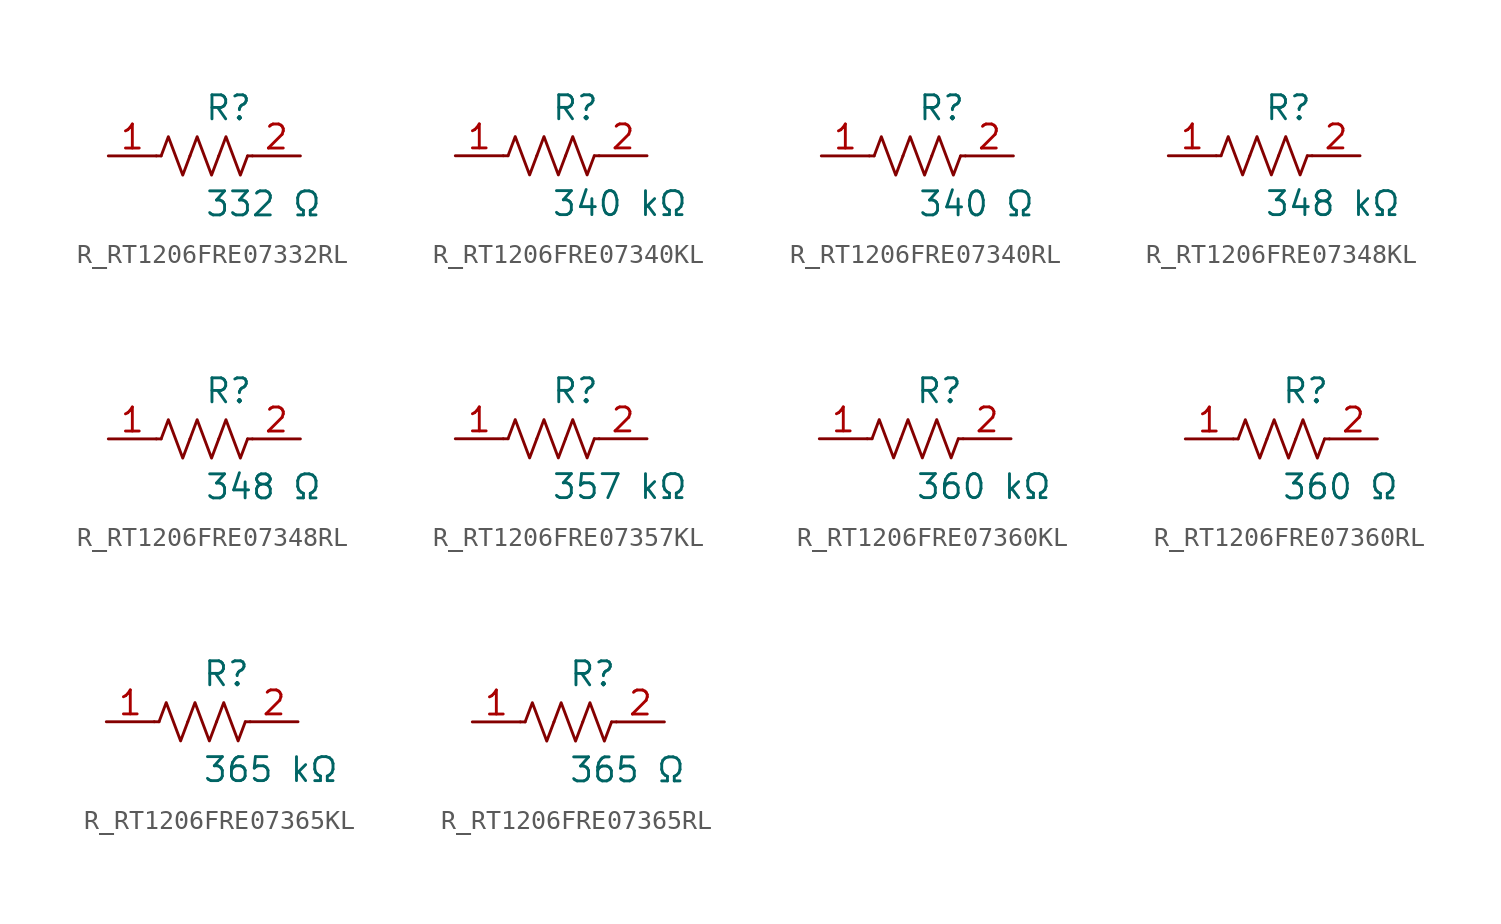
<source format=kicad_sym>
(kicad_symbol_lib
  (version 20231120)
  (generator kicad_symbol_editor)
  (generator_version 8.0)
  (symbol "R_RT1206FRE07332RL"
    (pin_names
      (offset 0.254))
    (property "Reference" "R"
      (at 0 2.54 0)
      (effects (font (size 1.27 1.27)) (justify left)))
    (property "Value" "332 Ω"
      (at 0 -2.54 0)
      (effects (font (size 1.27 1.27)) (justify left)))
    (symbol "R_RT1206FRE07332RL_0_1"
      (polyline (pts (xy 2.286 0) (xy 2.54 0)) (stroke (width 0) (type default)) (fill (type none)))
      (polyline (pts (xy -2.286 0) (xy -2.54 0)) (stroke (width 0) (type default)) (fill (type none)))
      (polyline (pts (xy 0.762 0) (xy 1.143 1.016) (xy 1.524 0) (xy 1.905 -1.016) (xy 2.286 0)) (stroke (width 0) (type default)) (fill (type none)))
      (polyline (pts (xy -0.762 0) (xy -0.381 1.016) (xy 0 0) (xy 0.381 -1.016) (xy 0.762 0)) (stroke (width 0) (type default)) (fill (type none)))
      (polyline (pts (xy -2.286 0) (xy -1.905 1.016) (xy -1.524 0) (xy -1.143 -1.016) (xy -0.762 0)) (stroke (width 0) (type default)) (fill (type none))))
    (pin unspecified line
      (at -5.08 0 0)
      (length 2.54)
      (name "" (effects (font (size 1.27 1.27))))
      (number "1" (effects (font (size 1.27 1.27)))))
    (pin unspecified line
      (at 5.08 0 180)
      (length 2.54)
      (name "" (effects (font (size 1.27 1.27))))
      (number "2" (effects (font (size 1.27 1.27))))))
  (symbol "R_RT1206FRE07340KL"
    (pin_names
      (offset 0.254))
    (property "Reference" "R"
      (at 0 2.54 0)
      (effects (font (size 1.27 1.27)) (justify left)))
    (property "Value" "340 kΩ"
      (at 0 -2.54 0)
      (effects (font (size 1.27 1.27)) (justify left)))
    (symbol "R_RT1206FRE07340KL_0_1"
      (polyline (pts (xy 2.286 0) (xy 2.54 0)) (stroke (width 0) (type default)) (fill (type none)))
      (polyline (pts (xy -2.286 0) (xy -2.54 0)) (stroke (width 0) (type default)) (fill (type none)))
      (polyline (pts (xy 0.762 0) (xy 1.143 1.016) (xy 1.524 0) (xy 1.905 -1.016) (xy 2.286 0)) (stroke (width 0) (type default)) (fill (type none)))
      (polyline (pts (xy -0.762 0) (xy -0.381 1.016) (xy 0 0) (xy 0.381 -1.016) (xy 0.762 0)) (stroke (width 0) (type default)) (fill (type none)))
      (polyline (pts (xy -2.286 0) (xy -1.905 1.016) (xy -1.524 0) (xy -1.143 -1.016) (xy -0.762 0)) (stroke (width 0) (type default)) (fill (type none))))
    (pin unspecified line
      (at -5.08 0 0)
      (length 2.54)
      (name "" (effects (font (size 1.27 1.27))))
      (number "1" (effects (font (size 1.27 1.27)))))
    (pin unspecified line
      (at 5.08 0 180)
      (length 2.54)
      (name "" (effects (font (size 1.27 1.27))))
      (number "2" (effects (font (size 1.27 1.27))))))
  (symbol "R_RT1206FRE07340RL"
    (pin_names
      (offset 0.254))
    (property "Reference" "R"
      (at 0 2.54 0)
      (effects (font (size 1.27 1.27)) (justify left)))
    (property "Value" "340 Ω"
      (at 0 -2.54 0)
      (effects (font (size 1.27 1.27)) (justify left)))
    (symbol "R_RT1206FRE07340RL_0_1"
      (polyline (pts (xy 2.286 0) (xy 2.54 0)) (stroke (width 0) (type default)) (fill (type none)))
      (polyline (pts (xy -2.286 0) (xy -2.54 0)) (stroke (width 0) (type default)) (fill (type none)))
      (polyline (pts (xy 0.762 0) (xy 1.143 1.016) (xy 1.524 0) (xy 1.905 -1.016) (xy 2.286 0)) (stroke (width 0) (type default)) (fill (type none)))
      (polyline (pts (xy -0.762 0) (xy -0.381 1.016) (xy 0 0) (xy 0.381 -1.016) (xy 0.762 0)) (stroke (width 0) (type default)) (fill (type none)))
      (polyline (pts (xy -2.286 0) (xy -1.905 1.016) (xy -1.524 0) (xy -1.143 -1.016) (xy -0.762 0)) (stroke (width 0) (type default)) (fill (type none))))
    (pin unspecified line
      (at -5.08 0 0)
      (length 2.54)
      (name "" (effects (font (size 1.27 1.27))))
      (number "1" (effects (font (size 1.27 1.27)))))
    (pin unspecified line
      (at 5.08 0 180)
      (length 2.54)
      (name "" (effects (font (size 1.27 1.27))))
      (number "2" (effects (font (size 1.27 1.27))))))
  (symbol "R_RT1206FRE07348KL"
    (pin_names
      (offset 0.254))
    (property "Reference" "R"
      (at 0 2.54 0)
      (effects (font (size 1.27 1.27)) (justify left)))
    (property "Value" "348 kΩ"
      (at 0 -2.54 0)
      (effects (font (size 1.27 1.27)) (justify left)))
    (symbol "R_RT1206FRE07348KL_0_1"
      (polyline (pts (xy 2.286 0) (xy 2.54 0)) (stroke (width 0) (type default)) (fill (type none)))
      (polyline (pts (xy -2.286 0) (xy -2.54 0)) (stroke (width 0) (type default)) (fill (type none)))
      (polyline (pts (xy 0.762 0) (xy 1.143 1.016) (xy 1.524 0) (xy 1.905 -1.016) (xy 2.286 0)) (stroke (width 0) (type default)) (fill (type none)))
      (polyline (pts (xy -0.762 0) (xy -0.381 1.016) (xy 0 0) (xy 0.381 -1.016) (xy 0.762 0)) (stroke (width 0) (type default)) (fill (type none)))
      (polyline (pts (xy -2.286 0) (xy -1.905 1.016) (xy -1.524 0) (xy -1.143 -1.016) (xy -0.762 0)) (stroke (width 0) (type default)) (fill (type none))))
    (pin unspecified line
      (at -5.08 0 0)
      (length 2.54)
      (name "" (effects (font (size 1.27 1.27))))
      (number "1" (effects (font (size 1.27 1.27)))))
    (pin unspecified line
      (at 5.08 0 180)
      (length 2.54)
      (name "" (effects (font (size 1.27 1.27))))
      (number "2" (effects (font (size 1.27 1.27))))))
  (symbol "R_RT1206FRE07348RL"
    (pin_names
      (offset 0.254))
    (property "Reference" "R"
      (at 0 2.54 0)
      (effects (font (size 1.27 1.27)) (justify left)))
    (property "Value" "348 Ω"
      (at 0 -2.54 0)
      (effects (font (size 1.27 1.27)) (justify left)))
    (symbol "R_RT1206FRE07348RL_0_1"
      (polyline (pts (xy 2.286 0) (xy 2.54 0)) (stroke (width 0) (type default)) (fill (type none)))
      (polyline (pts (xy -2.286 0) (xy -2.54 0)) (stroke (width 0) (type default)) (fill (type none)))
      (polyline (pts (xy 0.762 0) (xy 1.143 1.016) (xy 1.524 0) (xy 1.905 -1.016) (xy 2.286 0)) (stroke (width 0) (type default)) (fill (type none)))
      (polyline (pts (xy -0.762 0) (xy -0.381 1.016) (xy 0 0) (xy 0.381 -1.016) (xy 0.762 0)) (stroke (width 0) (type default)) (fill (type none)))
      (polyline (pts (xy -2.286 0) (xy -1.905 1.016) (xy -1.524 0) (xy -1.143 -1.016) (xy -0.762 0)) (stroke (width 0) (type default)) (fill (type none))))
    (pin unspecified line
      (at -5.08 0 0)
      (length 2.54)
      (name "" (effects (font (size 1.27 1.27))))
      (number "1" (effects (font (size 1.27 1.27)))))
    (pin unspecified line
      (at 5.08 0 180)
      (length 2.54)
      (name "" (effects (font (size 1.27 1.27))))
      (number "2" (effects (font (size 1.27 1.27))))))
  (symbol "R_RT1206FRE07357KL"
    (pin_names
      (offset 0.254))
    (property "Reference" "R"
      (at 0 2.54 0)
      (effects (font (size 1.27 1.27)) (justify left)))
    (property "Value" "357 kΩ"
      (at 0 -2.54 0)
      (effects (font (size 1.27 1.27)) (justify left)))
    (symbol "R_RT1206FRE07357KL_0_1"
      (polyline (pts (xy 2.286 0) (xy 2.54 0)) (stroke (width 0) (type default)) (fill (type none)))
      (polyline (pts (xy -2.286 0) (xy -2.54 0)) (stroke (width 0) (type default)) (fill (type none)))
      (polyline (pts (xy 0.762 0) (xy 1.143 1.016) (xy 1.524 0) (xy 1.905 -1.016) (xy 2.286 0)) (stroke (width 0) (type default)) (fill (type none)))
      (polyline (pts (xy -0.762 0) (xy -0.381 1.016) (xy 0 0) (xy 0.381 -1.016) (xy 0.762 0)) (stroke (width 0) (type default)) (fill (type none)))
      (polyline (pts (xy -2.286 0) (xy -1.905 1.016) (xy -1.524 0) (xy -1.143 -1.016) (xy -0.762 0)) (stroke (width 0) (type default)) (fill (type none))))
    (pin unspecified line
      (at -5.08 0 0)
      (length 2.54)
      (name "" (effects (font (size 1.27 1.27))))
      (number "1" (effects (font (size 1.27 1.27)))))
    (pin unspecified line
      (at 5.08 0 180)
      (length 2.54)
      (name "" (effects (font (size 1.27 1.27))))
      (number "2" (effects (font (size 1.27 1.27))))))
  (symbol "R_RT1206FRE07360KL"
    (pin_names
      (offset 0.254))
    (property "Reference" "R"
      (at 0 2.54 0)
      (effects (font (size 1.27 1.27)) (justify left)))
    (property "Value" "360 kΩ"
      (at 0 -2.54 0)
      (effects (font (size 1.27 1.27)) (justify left)))
    (symbol "R_RT1206FRE07360KL_0_1"
      (polyline (pts (xy 2.286 0) (xy 2.54 0)) (stroke (width 0) (type default)) (fill (type none)))
      (polyline (pts (xy -2.286 0) (xy -2.54 0)) (stroke (width 0) (type default)) (fill (type none)))
      (polyline (pts (xy 0.762 0) (xy 1.143 1.016) (xy 1.524 0) (xy 1.905 -1.016) (xy 2.286 0)) (stroke (width 0) (type default)) (fill (type none)))
      (polyline (pts (xy -0.762 0) (xy -0.381 1.016) (xy 0 0) (xy 0.381 -1.016) (xy 0.762 0)) (stroke (width 0) (type default)) (fill (type none)))
      (polyline (pts (xy -2.286 0) (xy -1.905 1.016) (xy -1.524 0) (xy -1.143 -1.016) (xy -0.762 0)) (stroke (width 0) (type default)) (fill (type none))))
    (pin unspecified line
      (at -5.08 0 0)
      (length 2.54)
      (name "" (effects (font (size 1.27 1.27))))
      (number "1" (effects (font (size 1.27 1.27)))))
    (pin unspecified line
      (at 5.08 0 180)
      (length 2.54)
      (name "" (effects (font (size 1.27 1.27))))
      (number "2" (effects (font (size 1.27 1.27))))))
  (symbol "R_RT1206FRE07360RL"
    (pin_names
      (offset 0.254))
    (property "Reference" "R"
      (at 0 2.54 0)
      (effects (font (size 1.27 1.27)) (justify left)))
    (property "Value" "360 Ω"
      (at 0 -2.54 0)
      (effects (font (size 1.27 1.27)) (justify left)))
    (symbol "R_RT1206FRE07360RL_0_1"
      (polyline (pts (xy 2.286 0) (xy 2.54 0)) (stroke (width 0) (type default)) (fill (type none)))
      (polyline (pts (xy -2.286 0) (xy -2.54 0)) (stroke (width 0) (type default)) (fill (type none)))
      (polyline (pts (xy 0.762 0) (xy 1.143 1.016) (xy 1.524 0) (xy 1.905 -1.016) (xy 2.286 0)) (stroke (width 0) (type default)) (fill (type none)))
      (polyline (pts (xy -0.762 0) (xy -0.381 1.016) (xy 0 0) (xy 0.381 -1.016) (xy 0.762 0)) (stroke (width 0) (type default)) (fill (type none)))
      (polyline (pts (xy -2.286 0) (xy -1.905 1.016) (xy -1.524 0) (xy -1.143 -1.016) (xy -0.762 0)) (stroke (width 0) (type default)) (fill (type none))))
    (pin unspecified line
      (at -5.08 0 0)
      (length 2.54)
      (name "" (effects (font (size 1.27 1.27))))
      (number "1" (effects (font (size 1.27 1.27)))))
    (pin unspecified line
      (at 5.08 0 180)
      (length 2.54)
      (name "" (effects (font (size 1.27 1.27))))
      (number "2" (effects (font (size 1.27 1.27))))))
  (symbol "R_RT1206FRE07365KL"
    (pin_names
      (offset 0.254))
    (property "Reference" "R"
      (at 0 2.54 0)
      (effects (font (size 1.27 1.27)) (justify left)))
    (property "Value" "365 kΩ"
      (at 0 -2.54 0)
      (effects (font (size 1.27 1.27)) (justify left)))
    (symbol "R_RT1206FRE07365KL_0_1"
      (polyline (pts (xy 2.286 0) (xy 2.54 0)) (stroke (width 0) (type default)) (fill (type none)))
      (polyline (pts (xy -2.286 0) (xy -2.54 0)) (stroke (width 0) (type default)) (fill (type none)))
      (polyline (pts (xy 0.762 0) (xy 1.143 1.016) (xy 1.524 0) (xy 1.905 -1.016) (xy 2.286 0)) (stroke (width 0) (type default)) (fill (type none)))
      (polyline (pts (xy -0.762 0) (xy -0.381 1.016) (xy 0 0) (xy 0.381 -1.016) (xy 0.762 0)) (stroke (width 0) (type default)) (fill (type none)))
      (polyline (pts (xy -2.286 0) (xy -1.905 1.016) (xy -1.524 0) (xy -1.143 -1.016) (xy -0.762 0)) (stroke (width 0) (type default)) (fill (type none))))
    (pin unspecified line
      (at -5.08 0 0)
      (length 2.54)
      (name "" (effects (font (size 1.27 1.27))))
      (number "1" (effects (font (size 1.27 1.27)))))
    (pin unspecified line
      (at 5.08 0 180)
      (length 2.54)
      (name "" (effects (font (size 1.27 1.27))))
      (number "2" (effects (font (size 1.27 1.27))))))
  (symbol "R_RT1206FRE07365RL"
    (pin_names
      (offset 0.254))
    (property "Reference" "R"
      (at 0 2.54 0)
      (effects (font (size 1.27 1.27)) (justify left)))
    (property "Value" "365 Ω"
      (at 0 -2.54 0)
      (effects (font (size 1.27 1.27)) (justify left)))
    (symbol "R_RT1206FRE07365RL_0_1"
      (polyline (pts (xy 2.286 0) (xy 2.54 0)) (stroke (width 0) (type default)) (fill (type none)))
      (polyline (pts (xy -2.286 0) (xy -2.54 0)) (stroke (width 0) (type default)) (fill (type none)))
      (polyline (pts (xy 0.762 0) (xy 1.143 1.016) (xy 1.524 0) (xy 1.905 -1.016) (xy 2.286 0)) (stroke (width 0) (type default)) (fill (type none)))
      (polyline (pts (xy -0.762 0) (xy -0.381 1.016) (xy 0 0) (xy 0.381 -1.016) (xy 0.762 0)) (stroke (width 0) (type default)) (fill (type none)))
      (polyline (pts (xy -2.286 0) (xy -1.905 1.016) (xy -1.524 0) (xy -1.143 -1.016) (xy -0.762 0)) (stroke (width 0) (type default)) (fill (type none))))
    (pin unspecified line
      (at -5.08 0 0)
      (length 2.54)
      (name "" (effects (font (size 1.27 1.27))))
      (number "1" (effects (font (size 1.27 1.27)))))
    (pin unspecified line
      (at 5.08 0 180)
      (length 2.54)
      (name "" (effects (font (size 1.27 1.27))))
      (number "2" (effects (font (size 1.27 1.27)))))))
</source>
